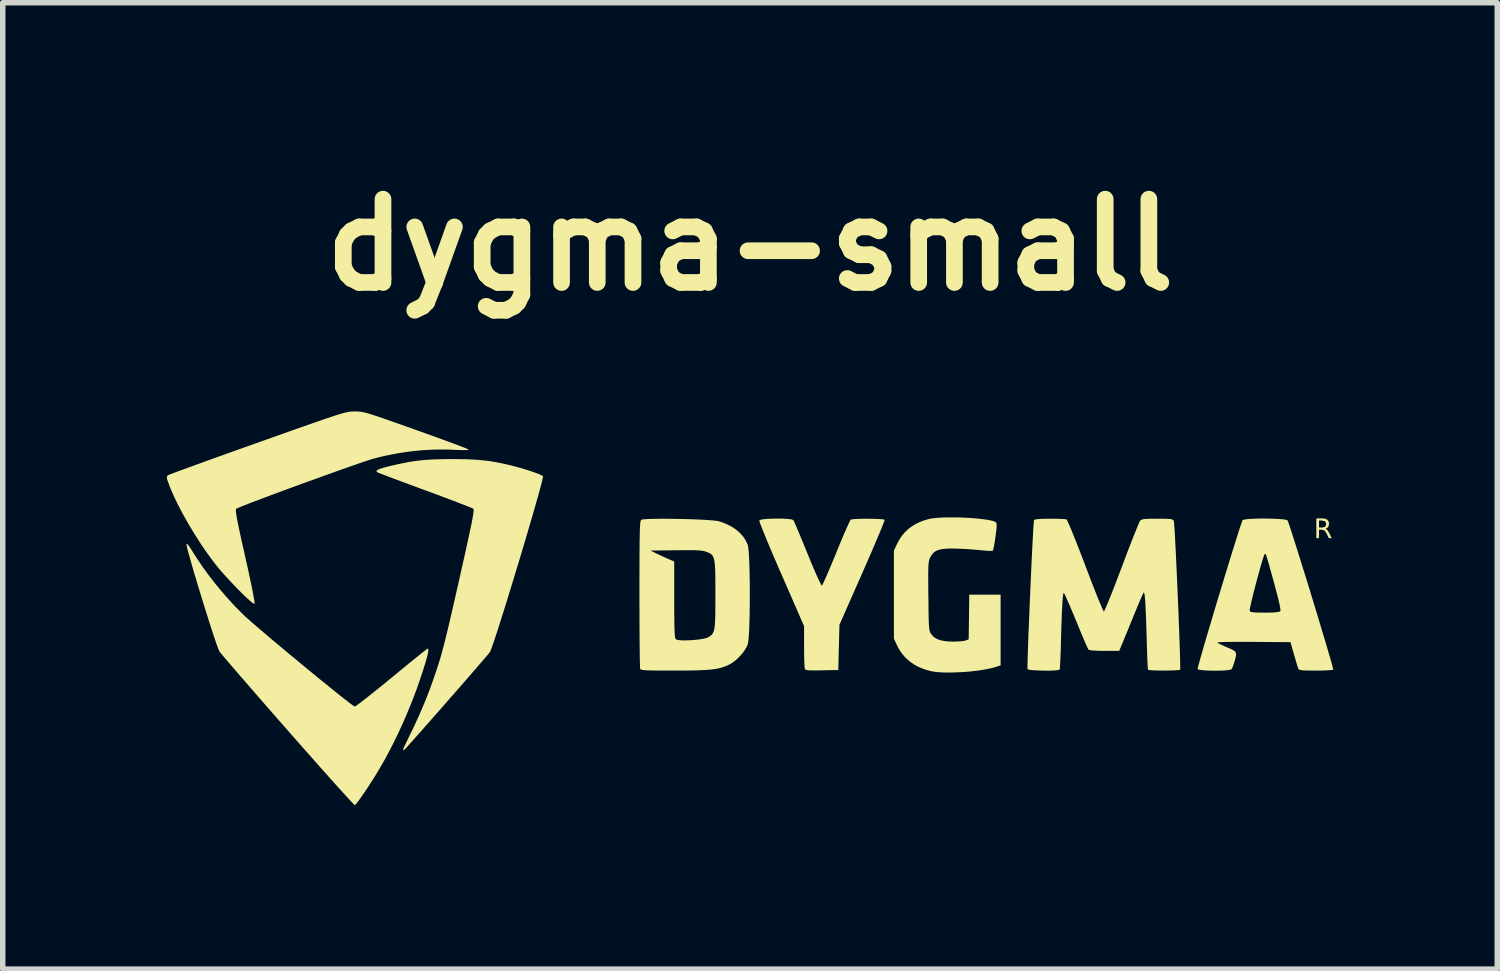
<source format=kicad_pcb>
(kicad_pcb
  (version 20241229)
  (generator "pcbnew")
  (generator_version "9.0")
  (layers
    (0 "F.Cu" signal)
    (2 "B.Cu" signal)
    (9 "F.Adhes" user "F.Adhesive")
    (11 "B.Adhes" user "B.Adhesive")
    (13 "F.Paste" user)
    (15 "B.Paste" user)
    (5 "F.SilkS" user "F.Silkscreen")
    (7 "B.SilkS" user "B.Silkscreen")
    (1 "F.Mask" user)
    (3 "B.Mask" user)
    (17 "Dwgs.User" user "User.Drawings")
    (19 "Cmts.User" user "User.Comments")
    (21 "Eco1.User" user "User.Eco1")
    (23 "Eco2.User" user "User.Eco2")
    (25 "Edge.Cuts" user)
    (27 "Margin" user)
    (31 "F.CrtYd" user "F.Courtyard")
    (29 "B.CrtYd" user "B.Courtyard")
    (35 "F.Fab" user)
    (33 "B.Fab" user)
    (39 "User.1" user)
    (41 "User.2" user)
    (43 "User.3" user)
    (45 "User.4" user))
  (footprint "dygma-small"
    (layer "F.Cu")
    (at 10.667 8.074)
    (property "Reference" "dygma-small" (at 0 -6.647 0) (layer "F.SilkS") (effects (font (size 1.524 1.524) (thickness 0.305))))
    (attr smd)
    (fp_poly (pts (xy 10.527 -1.452) (xy 10.405 -1.476) (xy 10.466 -1.476) (xy 10.52 -1.492) (xy 10.538 -1.54) (xy 10.52 -1.588) (xy 10.466 -1.604) (xy 10.405 -1.604) (xy 10.405 -1.604) (xy 10.405 -1.476) (xy 10.527 -1.452) (xy 10.558 -1.43) (xy 10.588 -1.382) (xy 10.637 -1.283) (xy 10.585 -1.283) (xy 10.539 -1.376) (xy 10.504 -1.424) (xy 10.458 -1.436) (xy 10.405 -1.436) (xy 10.405 -1.283) (xy 10.356 -1.283) (xy 10.356 -1.644) (xy 10.466 -1.644) (xy 10.52 -1.638) (xy 10.559 -1.618) (xy 10.582 -1.586) (xy 10.589 -1.54) (xy 10.573 -1.484) (xy 10.527 -1.452)) (stroke (width 0) (type solid)) (fill yes) (layer "F.SilkS"))
    (fp_poly (pts (xy 1.001 1.107) (xy 0.998 1.084) (xy 0.995 1.038) (xy 0.992 0.973) (xy 0.99 0.892) (xy 0.989 0.8) (xy 0.988 0.7) (xy 0.988 0.328) (xy 0.573 -0.624) (xy 0.53 -0.721) (xy 0.489 -0.816) (xy 0.45 -0.907) (xy 0.412 -0.996) (xy 0.376 -1.08) (xy 0.343 -1.16) (xy 0.311 -1.235) (xy 0.283 -1.305) (xy 0.257 -1.369) (xy 0.234 -1.426) (xy 0.214 -1.476) (xy 0.197 -1.519) (xy 0.184 -1.554) (xy 0.175 -1.581) (xy 0.17 -1.599) (xy 0.169 -1.607) (xy 0.189 -1.618) (xy 0.237 -1.627) (xy 0.304 -1.634) (xy 0.386 -1.638) (xy 0.474 -1.64) (xy 0.563 -1.64) (xy 0.646 -1.637) (xy 0.716 -1.631) (xy 0.767 -1.623) (xy 0.792 -1.611) (xy 0.799 -1.599) (xy 0.811 -1.573) (xy 0.829 -1.533) (xy 0.851 -1.482) (xy 0.877 -1.42) (xy 0.907 -1.348) (xy 0.94 -1.269) (xy 0.976 -1.183) (xy 1.013 -1.091) (xy 1.052 -0.996) (xy 1.091 -0.901) (xy 1.128 -0.81) (xy 1.164 -0.726) (xy 1.197 -0.65) (xy 1.227 -0.582) (xy 1.254 -0.524) (xy 1.276 -0.477) (xy 1.294 -0.442) (xy 1.306 -0.421) (xy 1.313 -0.414) (xy 1.32 -0.423) (xy 1.332 -0.447) (xy 1.35 -0.484) (xy 1.372 -0.533) (xy 1.399 -0.593) (xy 1.429 -0.662) (xy 1.462 -0.74) (xy 1.498 -0.826) (xy 1.536 -0.917) (xy 1.575 -1.012) (xy 1.614 -1.108) (xy 1.652 -1.199) (xy 1.687 -1.285) (xy 1.721 -1.364) (xy 1.752 -1.435) (xy 1.779 -1.496) (xy 1.802 -1.546) (xy 1.82 -1.585) (xy 1.834 -1.61) (xy 1.841 -1.62) (xy 1.867 -1.627) (xy 1.919 -1.632) (xy 1.989 -1.635) (xy 2.071 -1.637) (xy 2.16 -1.637) (xy 2.247 -1.636) (xy 2.328 -1.634) (xy 2.394 -1.63) (xy 2.441 -1.625) (xy 2.461 -1.618) (xy 2.46 -1.61) (xy 2.454 -1.592) (xy 2.443 -1.563) (xy 2.428 -1.525) (xy 2.41 -1.478) (xy 2.387 -1.422) (xy 2.361 -1.359) (xy 2.331 -1.289) (xy 2.299 -1.212) (xy 2.263 -1.129) (xy 2.226 -1.041) (xy 2.185 -0.948) (xy 2.143 -0.852) (xy 2.099 -0.751) (xy 2.054 -0.648) (xy 1.635 0.302) (xy 1.624 0.716) (xy 1.614 1.129) (xy 1.314 1.135) (xy 1.183 1.137) (xy 1.095 1.136) (xy 1.041 1.131) (xy 1.013 1.121) (xy 1.001 1.107) (xy 1.001 1.107)) (stroke (width 0) (type solid)) (fill yes) (layer "F.SilkS"))
    (fp_poly (pts (xy 3.318 1.152) (xy 3.247 1.134) (xy 3.178 1.112) (xy 3.113 1.086) (xy 3.05 1.057) (xy 2.992 1.023) (xy 2.937 0.985) (xy 2.886 0.943) (xy 2.838 0.898) (xy 2.795 0.85) (xy 2.756 0.798) (xy 2.721 0.742) (xy 2.691 0.684) (xy 2.631 0.557) (xy 2.631 -0.249) (xy 2.631 -1.055) (xy 2.688 -1.175) (xy 2.717 -1.232) (xy 2.749 -1.285) (xy 2.784 -1.334) (xy 2.822 -1.38) (xy 2.864 -1.422) (xy 2.909 -1.462) (xy 2.958 -1.497) (xy 3.01 -1.53) (xy 3.066 -1.559) (xy 3.126 -1.586) (xy 3.189 -1.609) (xy 3.257 -1.629) (xy 3.302 -1.639) (xy 3.356 -1.647) (xy 3.419 -1.653) (xy 3.489 -1.658) (xy 3.565 -1.661) (xy 3.645 -1.662) (xy 3.729 -1.662) (xy 3.814 -1.661) (xy 3.9 -1.658) (xy 3.985 -1.654) (xy 4.069 -1.648) (xy 4.148 -1.642) (xy 4.223 -1.634) (xy 4.292 -1.625) (xy 4.353 -1.616) (xy 4.406 -1.605) (xy 4.448 -1.594) (xy 4.48 -1.582) (xy 4.498 -1.569) (xy 4.508 -1.544) (xy 4.509 -1.495) (xy 4.503 -1.418) (xy 4.488 -1.305) (xy 4.474 -1.212) (xy 4.46 -1.134) (xy 4.448 -1.078) (xy 4.439 -1.053) (xy 4.415 -1.05) (xy 4.362 -1.05) (xy 4.286 -1.055) (xy 4.196 -1.064) (xy 4.137 -1.069) (xy 4.072 -1.075) (xy 4.002 -1.08) (xy 3.93 -1.084) (xy 3.86 -1.088) (xy 3.793 -1.09) (xy 3.734 -1.092) (xy 3.637 -1.092) (xy 3.556 -1.087) (xy 3.489 -1.078) (xy 3.435 -1.063) (xy 3.39 -1.042) (xy 3.354 -1.014) (xy 3.323 -0.978) (xy 3.297 -0.934) (xy 3.287 -0.913) (xy 3.279 -0.891) (xy 3.272 -0.866) (xy 3.267 -0.835) (xy 3.263 -0.795) (xy 3.26 -0.744) (xy 3.259 -0.678) (xy 3.258 -0.596) (xy 3.259 -0.494) (xy 3.259 -0.37) (xy 3.261 -0.221) (xy 3.263 -0.068) (xy 3.264 0.058) (xy 3.266 0.16) (xy 3.268 0.242) (xy 3.271 0.306) (xy 3.275 0.355) (xy 3.28 0.392) (xy 3.286 0.419) (xy 3.294 0.44) (xy 3.303 0.458) (xy 3.315 0.475) (xy 3.347 0.512) (xy 3.386 0.543) (xy 3.433 0.568) (xy 3.488 0.586) (xy 3.552 0.599) (xy 3.626 0.607) (xy 3.712 0.61) (xy 3.785 0.608) (xy 3.854 0.604) (xy 3.909 0.597) (xy 3.944 0.589) (xy 3.998 0.569) (xy 4.004 0.16) (xy 4.009 -0.249) (xy 4.296 -0.249) (xy 4.582 -0.249) (xy 4.582 0.397) (xy 4.582 1.044) (xy 4.5 1.071) (xy 4.45 1.086) (xy 4.395 1.099) (xy 4.334 1.112) (xy 4.269 1.124) (xy 4.2 1.135) (xy 4.128 1.144) (xy 4.054 1.153) (xy 3.978 1.16) (xy 3.902 1.166) (xy 3.826 1.17) (xy 3.751 1.173) (xy 3.678 1.175) (xy 3.607 1.175) (xy 3.539 1.174) (xy 3.476 1.171) (xy 3.418 1.166) (xy 3.365 1.16) (xy 3.318 1.152) (xy 3.318 1.152)) (stroke (width 0) (type solid)) (fill yes) (layer "F.SilkS"))
    (fp_poly (pts (xy 9.697 0.053) (xy 9.994 -1.109) (xy 10.019 -1.029) (xy 10.046 -0.945) (xy 10.073 -0.857) (xy 10.101 -0.766) (xy 10.13 -0.673) (xy 10.16 -0.578) (xy 10.19 -0.481) (xy 10.22 -0.384) (xy 10.25 -0.285) (xy 10.28 -0.187) (xy 10.31 -0.088) (xy 10.34 0.01) (xy 10.369 0.106) (xy 10.398 0.201) (xy 10.426 0.294) (xy 10.453 0.384) (xy 10.479 0.471) (xy 10.505 0.555) (xy 10.528 0.635) (xy 10.551 0.71) (xy 10.571 0.781) (xy 10.59 0.846) (xy 10.608 0.905) (xy 10.623 0.959) (xy 10.636 1.005) (xy 10.647 1.045) (xy 10.655 1.077) (xy 10.661 1.1) (xy 10.665 1.116) (xy 10.665 1.122) (xy 10.646 1.128) (xy 10.599 1.132) (xy 10.53 1.136) (xy 10.445 1.139) (xy 10.347 1.14) (xy 10.21 1.139) (xy 10.12 1.136) (xy 10.066 1.13) (xy 10.038 1.119) (xy 10.026 1.103) (xy 10.015 1.071) (xy 9.996 1.011) (xy 9.973 0.932) (xy 9.947 0.843) (xy 9.883 0.62) (xy 9.208 0.615) (xy 9.099 0.614) (xy 8.996 0.614) (xy 8.9 0.614) (xy 8.812 0.615) (xy 8.735 0.616) (xy 8.669 0.617) (xy 8.615 0.619) (xy 8.576 0.622) (xy 8.552 0.624) (xy 8.545 0.627) (xy 8.57 0.644) (xy 8.626 0.672) (xy 8.7 0.705) (xy 8.788 0.742) (xy 8.846 0.772) (xy 8.878 0.801) (xy 8.889 0.837) (xy 8.884 0.885) (xy 8.866 0.953) (xy 8.844 1.024) (xy 8.823 1.081) (xy 8.807 1.113) (xy 8.782 1.124) (xy 8.732 1.132) (xy 8.661 1.138) (xy 8.579 1.141) (xy 8.49 1.142) (xy 8.401 1.14) (xy 8.32 1.136) (xy 8.252 1.13) (xy 8.205 1.122) (xy 8.185 1.111) (xy 8.185 1.111) (xy 8.185 1.104) (xy 8.189 1.088) (xy 8.195 1.064) (xy 8.203 1.032) (xy 8.214 0.992) (xy 8.227 0.946) (xy 8.242 0.892) (xy 8.259 0.833) (xy 8.278 0.767) (xy 8.298 0.697) (xy 8.32 0.622) (xy 8.343 0.542) (xy 8.368 0.458) (xy 8.394 0.371) (xy 8.421 0.282) (xy 8.448 0.189) (xy 8.476 0.095) (xy 8.505 -0.002) (xy 8.534 -0.099) (xy 8.564 -0.197) (xy 8.594 -0.295) (xy 8.623 -0.393) (xy 8.653 -0.49) (xy 8.682 -0.587) (xy 8.711 -0.681) (xy 8.74 -0.774) (xy 8.767 -0.864) (xy 8.794 -0.951) (xy 8.82 -1.035) (xy 8.845 -1.115) (xy 8.869 -1.191) (xy 8.891 -1.262) (xy 8.912 -1.328) (xy 8.931 -1.388) (xy 8.948 -1.442) (xy 8.964 -1.489) (xy 8.977 -1.529) (xy 8.989 -1.562) (xy 8.997 -1.587) (xy 9.004 -1.604) (xy 9.008 -1.611) (xy 9.028 -1.62) (xy 9.069 -1.627) (xy 9.128 -1.633) (xy 9.201 -1.637) (xy 9.284 -1.64) (xy 9.373 -1.641) (xy 9.463 -1.64) (xy 9.552 -1.638) (xy 9.635 -1.635) (xy 9.708 -1.63) (xy 9.767 -1.624) (xy 9.809 -1.616) (xy 9.829 -1.607) (xy 9.833 -1.599) (xy 9.839 -1.583) (xy 9.848 -1.558) (xy 9.86 -1.525) (xy 9.873 -1.485) (xy 9.889 -1.437) (xy 9.907 -1.383) (xy 9.926 -1.323) (xy 9.947 -1.256) (xy 9.97 -1.185) (xy 9.994 -1.109) (xy 9.697 0.053) (xy 9.7 0.039) (xy 9.698 0.012) (xy 9.692 -0.029) (xy 9.68 -0.084) (xy 9.664 -0.154) (xy 9.643 -0.24) (xy 9.616 -0.34) (xy 9.585 -0.457) (xy 9.542 -0.613) (xy 9.507 -0.737) (xy 9.481 -0.833) (xy 9.46 -0.903) (xy 9.445 -0.951) (xy 9.434 -0.981) (xy 9.425 -0.995) (xy 9.419 -0.998) (xy 9.413 -0.992) (xy 9.406 -0.981) (xy 9.397 -0.958) (xy 9.383 -0.918) (xy 9.366 -0.863) (xy 9.346 -0.796) (xy 9.324 -0.719) (xy 9.301 -0.634) (xy 9.277 -0.545) (xy 9.252 -0.454) (xy 9.229 -0.363) (xy 9.206 -0.275) (xy 9.186 -0.193) (xy 9.168 -0.119) (xy 9.154 -0.055) (xy 9.143 -0.005) (xy 9.137 0.029) (xy 9.137 0.046) (xy 9.148 0.06) (xy 9.175 0.07) (xy 9.223 0.076) (xy 9.3 0.079) (xy 9.413 0.08) (xy 9.512 0.079) (xy 9.589 0.076) (xy 9.644 0.07) (xy 9.68 0.063) (xy 9.697 0.053)) (stroke (width 0) (type solid)) (fill yes) (layer "F.SilkS"))
    (fp_poly (pts (xy -0.767 0.531) (xy -0.008 0.126) (xy -0.01 0.213) (xy -0.013 0.295) (xy -0.015 0.371) (xy -0.019 0.441) (xy -0.023 0.503) (xy -0.027 0.557) (xy -0.032 0.602) (xy -0.037 0.636) (xy -0.042 0.659) (xy -0.064 0.709) (xy -0.094 0.761) (xy -0.131 0.813) (xy -0.175 0.865) (xy -0.222 0.914) (xy -0.272 0.958) (xy -0.324 0.996) (xy -0.374 1.026) (xy -0.412 1.044) (xy -0.45 1.06) (xy -0.488 1.075) (xy -0.528 1.087) (xy -0.571 1.098) (xy -0.618 1.108) (xy -0.669 1.115) (xy -0.727 1.122) (xy -0.791 1.127) (xy -0.863 1.131) (xy -0.944 1.134) (xy -1.035 1.137) (xy -1.138 1.138) (xy -1.252 1.139) (xy -1.379 1.139) (xy -1.529 1.139) (xy -1.653 1.139) (xy -1.753 1.138) (xy -1.833 1.136) (xy -1.894 1.134) (xy -1.94 1.131) (xy -1.971 1.126) (xy -1.992 1.121) (xy -2.004 1.114) (xy -2.01 1.106) (xy -2.011 1.099) (xy -2.012 1.083) (xy -2.013 1.059) (xy -2.014 1.027) (xy -2.015 0.988) (xy -2.016 0.942) (xy -2.017 0.888) (xy -2.017 0.829) (xy -2.018 0.763) (xy -2.019 0.691) (xy -2.02 0.614) (xy -2.02 0.533) (xy -2.021 0.446) (xy -2.021 0.355) (xy -2.022 0.261) (xy -2.022 0.163) (xy -2.022 0.061) (xy -2.023 -0.043) (xy -2.023 -0.15) (xy -2.023 -0.259) (xy -2.023 -0.424) (xy -2.023 -0.576) (xy -2.022 -0.714) (xy -2.022 -0.84) (xy -2.022 -0.953) (xy -2.021 -1.055) (xy -2.02 -1.146) (xy -2.02 -1.227) (xy -2.018 -1.298) (xy -2.017 -1.361) (xy -2.016 -1.414) (xy -2.014 -1.46) (xy -2.012 -1.499) (xy -2.01 -1.531) (xy -2.008 -1.557) (xy -2.005 -1.577) (xy -2.002 -1.593) (xy -1.999 -1.604) (xy -1.995 -1.612) (xy -1.991 -1.616) (xy -1.977 -1.622) (xy -1.947 -1.626) (xy -1.905 -1.63) (xy -1.851 -1.633) (xy -1.787 -1.635) (xy -1.714 -1.636) (xy -1.634 -1.637) (xy -1.548 -1.637) (xy -1.457 -1.636) (xy -1.364 -1.635) (xy -1.27 -1.633) (xy -1.175 -1.631) (xy -1.082 -1.628) (xy -0.992 -1.625) (xy -0.906 -1.621) (xy -0.826 -1.617) (xy -0.754 -1.612) (xy -0.69 -1.607) (xy -0.637 -1.602) (xy -0.595 -1.596) (xy -0.567 -1.59) (xy -0.497 -1.567) (xy -0.43 -1.54) (xy -0.368 -1.509) (xy -0.309 -1.475) (xy -0.256 -1.438) (xy -0.207 -1.397) (xy -0.163 -1.354) (xy -0.124 -1.308) (xy -0.091 -1.26) (xy -0.064 -1.209) (xy -0.042 -1.157) (xy -0.037 -1.134) (xy -0.032 -1.1) (xy -0.027 -1.055) (xy -0.023 -1.001) (xy -0.019 -0.939) (xy -0.015 -0.869) (xy -0.013 -0.793) (xy -0.01 -0.711) (xy -0.008 -0.624) (xy -0.007 -0.534) (xy -0.005 -0.44) (xy -0.005 -0.345) (xy -0.005 -0.249) (xy -0.005 -0.153) (xy -0.005 -0.058) (xy -0.007 0.035) (xy -0.008 0.126) (xy -0.767 0.531) (xy -0.739 0.514) (xy -0.716 0.497) (xy -0.696 0.479) (xy -0.68 0.456) (xy -0.667 0.427) (xy -0.656 0.39) (xy -0.648 0.343) (xy -0.643 0.285) (xy -0.639 0.213) (xy -0.636 0.126) (xy -0.635 0.021) (xy -0.634 -0.103) (xy -0.634 -0.249) (xy -0.634 -0.4) (xy -0.635 -0.529) (xy -0.636 -0.637) (xy -0.639 -0.726) (xy -0.644 -0.799) (xy -0.651 -0.858) (xy -0.661 -0.904) (xy -0.674 -0.94) (xy -0.69 -0.967) (xy -0.71 -0.988) (xy -0.734 -1.005) (xy -0.764 -1.019) (xy -0.798 -1.032) (xy -0.827 -1.042) (xy -0.862 -1.05) (xy -0.905 -1.055) (xy -0.959 -1.059) (xy -1.028 -1.062) (xy -1.114 -1.062) (xy -1.222 -1.062) (xy -1.355 -1.061) (xy -1.821 -1.055) (xy -1.684 -0.988) (xy -1.624 -0.96) (xy -1.563 -0.932) (xy -1.508 -0.907) (xy -1.466 -0.889) (xy -1.387 -0.856) (xy -1.387 -0.159) (xy -1.387 -0.024) (xy -1.386 0.095) (xy -1.385 0.198) (xy -1.384 0.287) (xy -1.382 0.361) (xy -1.38 0.422) (xy -1.377 0.472) (xy -1.374 0.51) (xy -1.37 0.537) (xy -1.365 0.556) (xy -1.36 0.565) (xy -1.332 0.577) (xy -1.278 0.585) (xy -1.207 0.588) (xy -1.125 0.586) (xy -1.037 0.581) (xy -0.951 0.573) (xy -0.873 0.561) (xy -0.809 0.547) (xy -0.767 0.531)) (stroke (width 0) (type solid)) (fill yes) (layer "F.SilkS"))
    (fp_poly (pts (xy -9.343 -0.325) (xy -9.392 -0.375) (xy -9.443 -0.428) (xy -9.494 -0.482) (xy -9.545 -0.537) (xy -9.594 -0.591) (xy -9.64 -0.642) (xy -9.682 -0.689) (xy -9.718 -0.732) (xy -9.748 -0.769) (xy -9.788 -0.819) (xy -9.829 -0.872) (xy -9.869 -0.927) (xy -9.91 -0.983) (xy -9.951 -1.041) (xy -9.992 -1.099) (xy -10.032 -1.159) (xy -10.072 -1.22) (xy -10.112 -1.282) (xy -10.151 -1.345) (xy -10.19 -1.408) (xy -10.228 -1.471) (xy -10.266 -1.534) (xy -10.302 -1.598) (xy -10.338 -1.661) (xy -10.373 -1.724) (xy -10.406 -1.786) (xy -10.438 -1.848) (xy -10.469 -1.909) (xy -10.499 -1.969) (xy -10.527 -2.028) (xy -10.553 -2.086) (xy -10.578 -2.142) (xy -10.601 -2.197) (xy -10.622 -2.25) (xy -10.66 -2.356) (xy -10.667 -2.406) (xy -10.647 -2.432) (xy -10.641 -2.435) (xy -10.629 -2.44) (xy -10.61 -2.448) (xy -10.585 -2.457) (xy -10.554 -2.469) (xy -10.517 -2.483) (xy -10.474 -2.499) (xy -10.426 -2.517) (xy -10.373 -2.536) (xy -10.315 -2.557) (xy -10.253 -2.58) (xy -10.185 -2.605) (xy -10.114 -2.631) (xy -10.038 -2.658) (xy -9.959 -2.687) (xy -9.876 -2.717) (xy -9.79 -2.748) (xy -9.701 -2.78) (xy -9.608 -2.813) (xy -9.513 -2.847) (xy -9.416 -2.882) (xy -9.316 -2.918) (xy -9.214 -2.954) (xy -9.11 -2.991) (xy -9.005 -3.028) (xy -8.834 -3.089) (xy -8.676 -3.145) (xy -8.53 -3.197) (xy -8.395 -3.245) (xy -8.271 -3.289) (xy -8.157 -3.329) (xy -8.054 -3.365) (xy -7.959 -3.398) (xy -7.873 -3.428) (xy -7.796 -3.455) (xy -7.726 -3.478) (xy -7.664 -3.499) (xy -7.608 -3.518) (xy -7.558 -3.534) (xy -7.514 -3.547) (xy -7.475 -3.559) (xy -7.44 -3.569) (xy -7.409 -3.577) (xy -7.382 -3.583) (xy -7.358 -3.588) (xy -7.337 -3.592) (xy -7.317 -3.595) (xy -7.298 -3.597) (xy -7.281 -3.598) (xy -7.264 -3.599) (xy -7.246 -3.599) (xy -7.228 -3.599) (xy -7.2 -3.599) (xy -7.174 -3.598) (xy -7.148 -3.596) (xy -7.121 -3.593) (xy -7.091 -3.589) (xy -7.059 -3.582) (xy -7.021 -3.573) (xy -6.978 -3.561) (xy -6.928 -3.546) (xy -6.869 -3.527) (xy -6.8 -3.504) (xy -6.721 -3.477) (xy -6.629 -3.445) (xy -6.524 -3.408) (xy -6.404 -3.366) (xy -6.268 -3.318) (xy -6.115 -3.263) (xy -6.012 -3.226) (xy -5.913 -3.191) (xy -5.816 -3.156) (xy -5.724 -3.123) (xy -5.637 -3.091) (xy -5.555 -3.061) (xy -5.478 -3.033) (xy -5.408 -3.007) (xy -5.345 -2.983) (xy -5.29 -2.962) (xy -5.243 -2.944) (xy -5.205 -2.929) (xy -5.177 -2.918) (xy -5.158 -2.91) (xy -5.15 -2.905) (xy -5.153 -2.898) (xy -5.181 -2.894) (xy -5.234 -2.892) (xy -5.312 -2.894) (xy -5.416 -2.898) (xy -5.484 -2.901) (xy -5.553 -2.903) (xy -5.621 -2.903) (xy -5.689 -2.903) (xy -5.758 -2.902) (xy -5.826 -2.9) (xy -5.895 -2.896) (xy -5.964 -2.892) (xy -6.033 -2.887) (xy -6.101 -2.88) (xy -6.17 -2.873) (xy -6.24 -2.864) (xy -6.309 -2.855) (xy -6.378 -2.844) (xy -6.448 -2.833) (xy -6.517 -2.82) (xy -6.587 -2.806) (xy -6.657 -2.792) (xy -6.727 -2.776) (xy -6.797 -2.759) (xy -6.868 -2.741) (xy -6.89 -2.735) (xy -6.921 -2.726) (xy -6.958 -2.714) (xy -7.002 -2.7) (xy -7.052 -2.683) (xy -7.108 -2.664) (xy -7.169 -2.643) (xy -7.235 -2.62) (xy -7.305 -2.596) (xy -7.379 -2.57) (xy -7.457 -2.542) (xy -7.539 -2.513) (xy -7.623 -2.483) (xy -7.709 -2.452) (xy -7.797 -2.421) (xy -7.887 -2.388) (xy -7.978 -2.355) (xy -8.07 -2.322) (xy -8.161 -2.289) (xy -8.253 -2.255) (xy -8.344 -2.222) (xy -8.434 -2.189) (xy -8.523 -2.157) (xy -8.609 -2.124) (xy -8.694 -2.093) (xy -8.775 -2.063) (xy -8.854 -2.033) (xy -8.929 -2.005) (xy -9 -1.978) (xy -9.066 -1.953) (xy -9.128 -1.93) (xy -9.184 -1.908) (xy -9.235 -1.888) (xy -9.28 -1.87) (xy -9.318 -1.855) (xy -9.349 -1.842) (xy -9.373 -1.831) (xy -9.389 -1.824) (xy -9.397 -1.819) (xy -9.401 -1.811) (xy -9.403 -1.798) (xy -9.403 -1.777) (xy -9.401 -1.748) (xy -9.395 -1.71) (xy -9.387 -1.661) (xy -9.376 -1.602) (xy -9.361 -1.53) (xy -9.344 -1.444) (xy -9.322 -1.344) (xy -9.297 -1.229) (xy -9.267 -1.097) (xy -9.234 -0.947) (xy -9.208 -0.831) (xy -9.183 -0.721) (xy -9.161 -0.619) (xy -9.141 -0.524) (xy -9.123 -0.438) (xy -9.107 -0.36) (xy -9.093 -0.29) (xy -9.082 -0.23) (xy -9.073 -0.18) (xy -9.066 -0.139) (xy -9.063 -0.109) (xy -9.061 -0.09) (xy -9.063 -0.081) (xy -9.076 -0.084) (xy -9.105 -0.103) (xy -9.147 -0.138) (xy -9.202 -0.187) (xy -9.268 -0.25) (xy -9.343 -0.325)) (stroke (width 0) (type solid)) (fill yes) (layer "F.SilkS"))
    (fp_poly (pts (xy -8.453 2.236) (xy -8.523 2.156) (xy -8.593 2.077) (xy -8.661 1.999) (xy -8.728 1.922) (xy -8.794 1.847) (xy -8.859 1.773) (xy -8.922 1.7) (xy -8.984 1.629) (xy -9.044 1.56) (xy -9.102 1.493) (xy -9.158 1.429) (xy -9.212 1.366) (xy -9.264 1.306) (xy -9.314 1.249) (xy -9.361 1.194) (xy -9.406 1.142) (xy -9.449 1.093) (xy -9.488 1.047) (xy -9.525 1.004) (xy -9.558 0.965) (xy -9.589 0.929) (xy -9.616 0.897) (xy -9.64 0.869) (xy -9.66 0.844) (xy -9.677 0.824) (xy -9.69 0.808) (xy -9.699 0.796) (xy -9.704 0.789) (xy -9.712 0.774) (xy -9.722 0.749) (xy -9.736 0.713) (xy -9.752 0.668) (xy -9.771 0.615) (xy -9.791 0.554) (xy -9.814 0.486) (xy -9.838 0.413) (xy -9.864 0.333) (xy -9.891 0.25) (xy -9.918 0.162) (xy -9.947 0.072) (xy -9.976 -0.021) (xy -10.005 -0.115) (xy -10.034 -0.21) (xy -10.063 -0.305) (xy -10.092 -0.398) (xy -10.119 -0.49) (xy -10.146 -0.58) (xy -10.172 -0.666) (xy -10.196 -0.748) (xy -10.218 -0.826) (xy -10.238 -0.897) (xy -10.257 -0.963) (xy -10.273 -1.021) (xy -10.286 -1.071) (xy -10.296 -1.112) (xy -10.303 -1.144) (xy -10.307 -1.166) (xy -10.307 -1.177) (xy -10.291 -1.172) (xy -10.258 -1.133) (xy -10.215 -1.068) (xy -10.18 -1.011) (xy -10.143 -0.954) (xy -10.106 -0.896) (xy -10.067 -0.839) (xy -10.028 -0.782) (xy -9.988 -0.725) (xy -9.947 -0.668) (xy -9.905 -0.611) (xy -9.862 -0.555) (xy -9.819 -0.499) (xy -9.775 -0.444) (xy -9.73 -0.389) (xy -9.685 -0.334) (xy -9.639 -0.281) (xy -9.593 -0.227) (xy -9.547 -0.175) (xy -9.5 -0.123) (xy -9.453 -0.072) (xy -9.405 -0.022) (xy -9.357 0.027) (xy -9.309 0.075) (xy -9.261 0.122) (xy -9.237 0.145) (xy -9.208 0.172) (xy -9.173 0.203) (xy -9.133 0.238) (xy -9.089 0.277) (xy -9.04 0.319) (xy -8.987 0.365) (xy -8.93 0.413) (xy -8.87 0.464) (xy -8.808 0.517) (xy -8.742 0.573) (xy -8.674 0.63) (xy -8.604 0.688) (xy -8.533 0.748) (xy -8.46 0.809) (xy -8.387 0.87) (xy -8.312 0.931) (xy -8.238 0.993) (xy -8.164 1.054) (xy -8.09 1.115) (xy -8.017 1.175) (xy -7.945 1.234) (xy -7.874 1.292) (xy -7.806 1.347) (xy -7.739 1.401) (xy -7.675 1.453) (xy -7.614 1.502) (xy -7.556 1.549) (xy -7.502 1.592) (xy -7.451 1.632) (xy -7.405 1.668) (xy -7.363 1.701) (xy -7.327 1.729) (xy -7.295 1.753) (xy -7.269 1.772) (xy -7.249 1.786) (xy -7.236 1.794) (xy -7.229 1.797) (xy -7.22 1.793) (xy -7.201 1.781) (xy -7.174 1.761) (xy -7.138 1.735) (xy -7.096 1.703) (xy -7.046 1.664) (xy -6.99 1.62) (xy -6.928 1.571) (xy -6.862 1.518) (xy -6.791 1.461) (xy -6.716 1.401) (xy -6.639 1.338) (xy -6.559 1.272) (xy -6.479 1.207) (xy -6.402 1.143) (xy -6.328 1.082) (xy -6.258 1.025) (xy -6.192 0.971) (xy -6.131 0.922) (xy -6.076 0.878) (xy -6.027 0.838) (xy -5.985 0.805) (xy -5.95 0.778) (xy -5.924 0.757) (xy -5.907 0.744) (xy -5.899 0.739) (xy -5.888 0.741) (xy -5.884 0.756) (xy -5.885 0.785) (xy -5.892 0.827) (xy -5.905 0.883) (xy -5.924 0.954) (xy -5.95 1.038) (xy -5.981 1.138) (xy -6.019 1.252) (xy -6.041 1.318) (xy -6.064 1.384) (xy -6.087 1.45) (xy -6.111 1.516) (xy -6.136 1.582) (xy -6.161 1.648) (xy -6.187 1.714) (xy -6.214 1.78) (xy -6.241 1.846) (xy -6.268 1.912) (xy -6.296 1.978) (xy -6.325 2.043) (xy -6.353 2.108) (xy -6.383 2.173) (xy -6.412 2.237) (xy -6.442 2.301) (xy -6.473 2.364) (xy -6.503 2.427) (xy -6.534 2.489) (xy -6.566 2.55) (xy -6.597 2.611) (xy -6.629 2.671) (xy -6.661 2.731) (xy -6.693 2.789) (xy -6.726 2.846) (xy -6.764 2.912) (xy -6.805 2.981) (xy -6.849 3.053) (xy -6.894 3.125) (xy -6.94 3.197) (xy -6.985 3.267) (xy -7.029 3.334) (xy -7.072 3.396) (xy -7.111 3.452) (xy -7.146 3.502) (xy -7.176 3.542) (xy -7.201 3.573) (xy -7.218 3.592) (xy -7.229 3.599) (xy -7.233 3.597) (xy -7.241 3.589) (xy -7.253 3.577) (xy -7.269 3.56) (xy -7.29 3.539) (xy -7.314 3.514) (xy -7.341 3.484) (xy -7.372 3.45) (xy -7.407 3.412) (xy -7.445 3.371) (xy -7.485 3.326) (xy -7.529 3.278) (xy -7.576 3.226) (xy -7.625 3.171) (xy -7.677 3.113) (xy -7.731 3.052) (xy -7.788 2.989) (xy -7.847 2.923) (xy -7.908 2.854) (xy -7.97 2.783) (xy -8.035 2.71) (xy -8.101 2.635) (xy -8.169 2.559) (xy -8.238 2.48) (xy -8.309 2.4) (xy -8.38 2.319) (xy -8.453 2.236)) (stroke (width 0) (type solid)) (fill yes) (layer "F.SilkS"))
    (fp_poly (pts (xy -6.348 2.59) (xy -6.341 2.57) (xy -6.32 2.523) (xy -6.288 2.455) (xy -6.247 2.371) (xy -6.201 2.275) (xy -6.17 2.212) (xy -6.14 2.149) (xy -6.112 2.088) (xy -6.084 2.027) (xy -6.056 1.967) (xy -6.03 1.907) (xy -6.004 1.847) (xy -5.979 1.788) (xy -5.954 1.728) (xy -5.929 1.668) (xy -5.905 1.607) (xy -5.882 1.546) (xy -5.858 1.484) (xy -5.835 1.421) (xy -5.812 1.357) (xy -5.789 1.291) (xy -5.766 1.224) (xy -5.751 1.182) (xy -5.737 1.141) (xy -5.724 1.1) (xy -5.711 1.06) (xy -5.698 1.021) (xy -5.686 0.981) (xy -5.673 0.94) (xy -5.661 0.899) (xy -5.649 0.856) (xy -5.636 0.812) (xy -5.624 0.765) (xy -5.611 0.717) (xy -5.597 0.665) (xy -5.583 0.611) (xy -5.569 0.553) (xy -5.554 0.492) (xy -5.538 0.427) (xy -5.521 0.357) (xy -5.503 0.282) (xy -5.485 0.202) (xy -5.465 0.117) (xy -5.444 0.026) (xy -5.422 -0.071) (xy -5.398 -0.175) (xy -5.373 -0.285) (xy -5.346 -0.403) (xy -5.318 -0.528) (xy -5.288 -0.661) (xy -5.254 -0.815) (xy -5.222 -0.954) (xy -5.194 -1.081) (xy -5.169 -1.196) (xy -5.147 -1.298) (xy -5.127 -1.39) (xy -5.11 -1.471) (xy -5.095 -1.541) (xy -5.083 -1.603) (xy -5.074 -1.655) (xy -5.066 -1.699) (xy -5.06 -1.735) (xy -5.057 -1.764) (xy -5.055 -1.786) (xy -5.055 -1.803) (xy -5.057 -1.813) (xy -5.06 -1.819) (xy -5.069 -1.824) (xy -5.088 -1.833) (xy -5.118 -1.846) (xy -5.158 -1.862) (xy -5.207 -1.881) (xy -5.264 -1.903) (xy -5.328 -1.928) (xy -5.4 -1.956) (xy -5.478 -1.985) (xy -5.561 -2.016) (xy -5.649 -2.05) (xy -5.741 -2.084) (xy -5.838 -2.12) (xy -5.936 -2.156) (xy -6.035 -2.192) (xy -6.131 -2.228) (xy -6.224 -2.262) (xy -6.312 -2.295) (xy -6.396 -2.326) (xy -6.473 -2.355) (xy -6.545 -2.382) (xy -6.609 -2.406) (xy -6.666 -2.428) (xy -6.715 -2.446) (xy -6.755 -2.462) (xy -6.785 -2.473) (xy -6.805 -2.481) (xy -6.814 -2.486) (xy -6.831 -2.502) (xy -6.829 -2.518) (xy -6.804 -2.535) (xy -6.757 -2.554) (xy -6.684 -2.576) (xy -6.585 -2.601) (xy -6.511 -2.618) (xy -6.441 -2.634) (xy -6.375 -2.648) (xy -6.311 -2.661) (xy -6.25 -2.673) (xy -6.19 -2.683) (xy -6.131 -2.692) (xy -6.072 -2.699) (xy -6.013 -2.706) (xy -5.953 -2.712) (xy -5.892 -2.716) (xy -5.828 -2.72) (xy -5.762 -2.723) (xy -5.692 -2.725) (xy -5.619 -2.727) (xy -5.541 -2.728) (xy -5.458 -2.728) (xy -5.371 -2.728) (xy -5.29 -2.727) (xy -5.212 -2.726) (xy -5.139 -2.723) (xy -5.069 -2.72) (xy -5.002 -2.716) (xy -4.937 -2.71) (xy -4.873 -2.704) (xy -4.811 -2.697) (xy -4.75 -2.689) (xy -4.689 -2.679) (xy -4.627 -2.668) (xy -4.564 -2.656) (xy -4.5 -2.642) (xy -4.434 -2.627) (xy -4.366 -2.611) (xy -4.283 -2.589) (xy -4.198 -2.566) (xy -4.113 -2.54) (xy -4.033 -2.515) (xy -3.958 -2.49) (xy -3.894 -2.466) (xy -3.842 -2.446) (xy -3.805 -2.428) (xy -3.787 -2.416) (xy -3.786 -2.41) (xy -3.788 -2.396) (xy -3.792 -2.375) (xy -3.799 -2.347) (xy -3.807 -2.312) (xy -3.818 -2.271) (xy -3.83 -2.224) (xy -3.844 -2.172) (xy -3.86 -2.114) (xy -3.877 -2.051) (xy -3.896 -1.984) (xy -3.917 -1.912) (xy -3.938 -1.836) (xy -3.961 -1.756) (xy -3.985 -1.674) (xy -4.01 -1.588) (xy -4.036 -1.499) (xy -4.063 -1.408) (xy -4.09 -1.315) (xy -4.118 -1.221) (xy -4.147 -1.124) (xy -4.176 -1.027) (xy -4.205 -0.929) (xy -4.235 -0.831) (xy -4.265 -0.733) (xy -4.295 -0.635) (xy -4.324 -0.537) (xy -4.354 -0.44) (xy -4.383 -0.345) (xy -4.412 -0.251) (xy -4.44 -0.159) (xy -4.468 -0.069) (xy -4.495 0.018) (xy -4.522 0.102) (xy -4.548 0.184) (xy -4.572 0.261) (xy -4.596 0.335) (xy -4.618 0.405) (xy -4.639 0.47) (xy -4.659 0.53) (xy -4.678 0.586) (xy -4.694 0.635) (xy -4.71 0.679) (xy -4.723 0.717) (xy -4.735 0.748) (xy -4.744 0.773) (xy -4.752 0.79) (xy -4.757 0.8) (xy -4.766 0.812) (xy -4.782 0.831) (xy -4.804 0.858) (xy -4.833 0.892) (xy -4.867 0.931) (xy -4.906 0.977) (xy -4.95 1.028) (xy -4.998 1.084) (xy -5.05 1.144) (xy -5.106 1.208) (xy -5.164 1.275) (xy -5.225 1.346) (xy -5.288 1.418) (xy -5.353 1.492) (xy -5.419 1.568) (xy -5.486 1.644) (xy -5.553 1.721) (xy -5.62 1.798) (xy -5.687 1.874) (xy -5.753 1.948) (xy -5.817 2.021) (xy -5.879 2.092) (xy -5.94 2.16) (xy -5.997 2.226) (xy -6.051 2.287) (xy -6.102 2.344) (xy -6.149 2.397) (xy -6.191 2.444) (xy -6.229 2.486) (xy -6.261 2.522) (xy -6.287 2.551) (xy -6.307 2.572) (xy -6.321 2.586) (xy -6.327 2.592) (xy -6.348 2.59) (xy -6.348 2.59)) (stroke (width 0) (type solid)) (fill yes) (layer "F.SilkS"))
    (fp_poly (pts (xy 5.075 1.113) (xy 5.074 1.105) (xy 5.074 1.087) (xy 5.074 1.06) (xy 5.074 1.024) (xy 5.075 0.98) (xy 5.076 0.928) (xy 5.078 0.869) (xy 5.08 0.803) (xy 5.083 0.732) (xy 5.085 0.654) (xy 5.088 0.572) (xy 5.091 0.486) (xy 5.095 0.395) (xy 5.099 0.301) (xy 5.103 0.204) (xy 5.107 0.105) (xy 5.111 0.004) (xy 5.115 -0.099) (xy 5.12 -0.202) (xy 5.124 -0.305) (xy 5.129 -0.408) (xy 5.133 -0.511) (xy 5.138 -0.612) (xy 5.142 -0.711) (xy 5.147 -0.808) (xy 5.151 -0.901) (xy 5.156 -0.992) (xy 5.16 -1.078) (xy 5.164 -1.16) (xy 5.168 -1.236) (xy 5.172 -1.307) (xy 5.176 -1.372) (xy 5.179 -1.431) (xy 5.182 -1.482) (xy 5.185 -1.525) (xy 5.188 -1.561) (xy 5.19 -1.587) (xy 5.192 -1.604) (xy 5.194 -1.612) (xy 5.21 -1.622) (xy 5.245 -1.629) (xy 5.301 -1.634) (xy 5.379 -1.637) (xy 5.483 -1.638) (xy 5.57 -1.637) (xy 5.649 -1.636) (xy 5.715 -1.633) (xy 5.762 -1.63) (xy 5.786 -1.626) (xy 5.791 -1.619) (xy 5.801 -1.602) (xy 5.814 -1.574) (xy 5.831 -1.537) (xy 5.851 -1.491) (xy 5.874 -1.437) (xy 5.899 -1.375) (xy 5.927 -1.306) (xy 5.957 -1.231) (xy 5.989 -1.149) (xy 6.023 -1.063) (xy 6.058 -0.972) (xy 6.095 -0.877) (xy 6.132 -0.778) (xy 6.172 -0.674) (xy 6.21 -0.573) (xy 6.247 -0.477) (xy 6.283 -0.386) (xy 6.316 -0.301) (xy 6.347 -0.223) (xy 6.375 -0.153) (xy 6.401 -0.092) (xy 6.423 -0.04) (xy 6.441 0.002) (xy 6.455 0.033) (xy 6.465 0.052) (xy 6.47 0.058) (xy 6.476 0.052) (xy 6.485 0.033) (xy 6.499 0.003) (xy 6.517 -0.037) (xy 6.538 -0.088) (xy 6.563 -0.147) (xy 6.59 -0.215) (xy 6.62 -0.29) (xy 6.652 -0.372) (xy 6.686 -0.46) (xy 6.722 -0.554) (xy 6.759 -0.651) (xy 6.798 -0.753) (xy 6.836 -0.854) (xy 6.873 -0.953) (xy 6.909 -1.048) (xy 6.944 -1.138) (xy 6.977 -1.222) (xy 7.007 -1.3) (xy 7.035 -1.371) (xy 7.061 -1.434) (xy 7.083 -1.488) (xy 7.101 -1.533) (xy 7.116 -1.567) (xy 7.127 -1.59) (xy 7.133 -1.601) (xy 7.153 -1.617) (xy 7.186 -1.628) (xy 7.24 -1.634) (xy 7.324 -1.637) (xy 7.448 -1.638) (xy 7.583 -1.637) (xy 7.668 -1.634) (xy 7.715 -1.627) (xy 7.738 -1.613) (xy 7.751 -1.59) (xy 7.752 -1.581) (xy 7.754 -1.563) (xy 7.757 -1.535) (xy 7.759 -1.499) (xy 7.762 -1.454) (xy 7.766 -1.402) (xy 7.769 -1.343) (xy 7.773 -1.277) (xy 7.776 -1.206) (xy 7.78 -1.129) (xy 7.785 -1.047) (xy 7.789 -0.96) (xy 7.793 -0.87) (xy 7.797 -0.776) (xy 7.802 -0.68) (xy 7.806 -0.581) (xy 7.811 -0.481) (xy 7.815 -0.379) (xy 7.82 -0.276) (xy 7.824 -0.173) (xy 7.828 -0.071) (xy 7.833 0.031) (xy 7.837 0.131) (xy 7.84 0.23) (xy 7.844 0.326) (xy 7.848 0.419) (xy 7.851 0.509) (xy 7.854 0.594) (xy 7.857 0.675) (xy 7.859 0.751) (xy 7.862 0.822) (xy 7.863 0.887) (xy 7.865 0.944) (xy 7.866 0.995) (xy 7.867 1.038) (xy 7.867 1.073) (xy 7.867 1.099) (xy 7.866 1.116) (xy 7.865 1.123) (xy 7.842 1.13) (xy 7.788 1.134) (xy 7.71 1.137) (xy 7.619 1.139) (xy 7.524 1.139) (xy 7.433 1.138) (xy 7.356 1.135) (xy 7.301 1.13) (xy 7.278 1.124) (xy 7.276 1.111) (xy 7.273 1.079) (xy 7.27 1.031) (xy 7.267 0.969) (xy 7.264 0.895) (xy 7.261 0.811) (xy 7.258 0.718) (xy 7.255 0.62) (xy 7.251 0.484) (xy 7.247 0.359) (xy 7.244 0.246) (xy 7.24 0.145) (xy 7.236 0.055) (xy 7.232 -0.024) (xy 7.229 -0.092) (xy 7.225 -0.149) (xy 7.221 -0.197) (xy 7.217 -0.234) (xy 7.212 -0.261) (xy 7.208 -0.279) (xy 7.204 -0.288) (xy 7.199 -0.288) (xy 7.189 -0.27) (xy 7.17 -0.229) (xy 7.143 -0.169) (xy 7.111 -0.093) (xy 7.074 -0.006) (xy 7.034 0.091) (xy 7.007 0.158) (xy 6.979 0.226) (xy 6.951 0.294) (xy 6.924 0.361) (xy 6.898 0.424) (xy 6.874 0.483) (xy 6.853 0.535) (xy 6.834 0.58) (xy 6.82 0.615) (xy 6.751 0.779) (xy 6.48 0.779) (xy 6.378 0.778) (xy 6.299 0.775) (xy 6.242 0.77) (xy 6.205 0.763) (xy 6.188 0.753) (xy 6.18 0.74) (xy 6.167 0.712) (xy 6.148 0.67) (xy 6.125 0.617) (xy 6.097 0.553) (xy 6.066 0.48) (xy 6.033 0.4) (xy 5.997 0.313) (xy 5.96 0.223) (xy 5.918 0.121) (xy 5.878 0.027) (xy 5.842 -0.058) (xy 5.809 -0.133) (xy 5.781 -0.195) (xy 5.76 -0.241) (xy 5.744 -0.271) (xy 5.737 -0.281) (xy 5.733 -0.276) (xy 5.729 -0.263) (xy 5.725 -0.24) (xy 5.721 -0.207) (xy 5.717 -0.166) (xy 5.713 -0.114) (xy 5.71 -0.053) (xy 5.706 0.017) (xy 5.702 0.098) (xy 5.699 0.188) (xy 5.695 0.288) (xy 5.692 0.398) (xy 5.688 0.519) (xy 5.685 0.649) (xy 5.682 0.754) (xy 5.678 0.85) (xy 5.675 0.937) (xy 5.671 1.01) (xy 5.668 1.067) (xy 5.665 1.105) (xy 5.662 1.121) (xy 5.637 1.13) (xy 5.581 1.136) (xy 5.504 1.14) (xy 5.413 1.141) (xy 5.318 1.139) (xy 5.228 1.136) (xy 5.151 1.13) (xy 5.098 1.123) (xy 5.075 1.113) (xy 5.075 1.113)) (stroke (width 0) (type solid)) (fill yes) (layer "F.SilkS")))
  (gr_rect
    (start -3 -3)
    (end 24.332 14.673)
    (stroke (width 0.1) (type default))
    (fill no)
    (layer "Edge.Cuts")))
</source>
